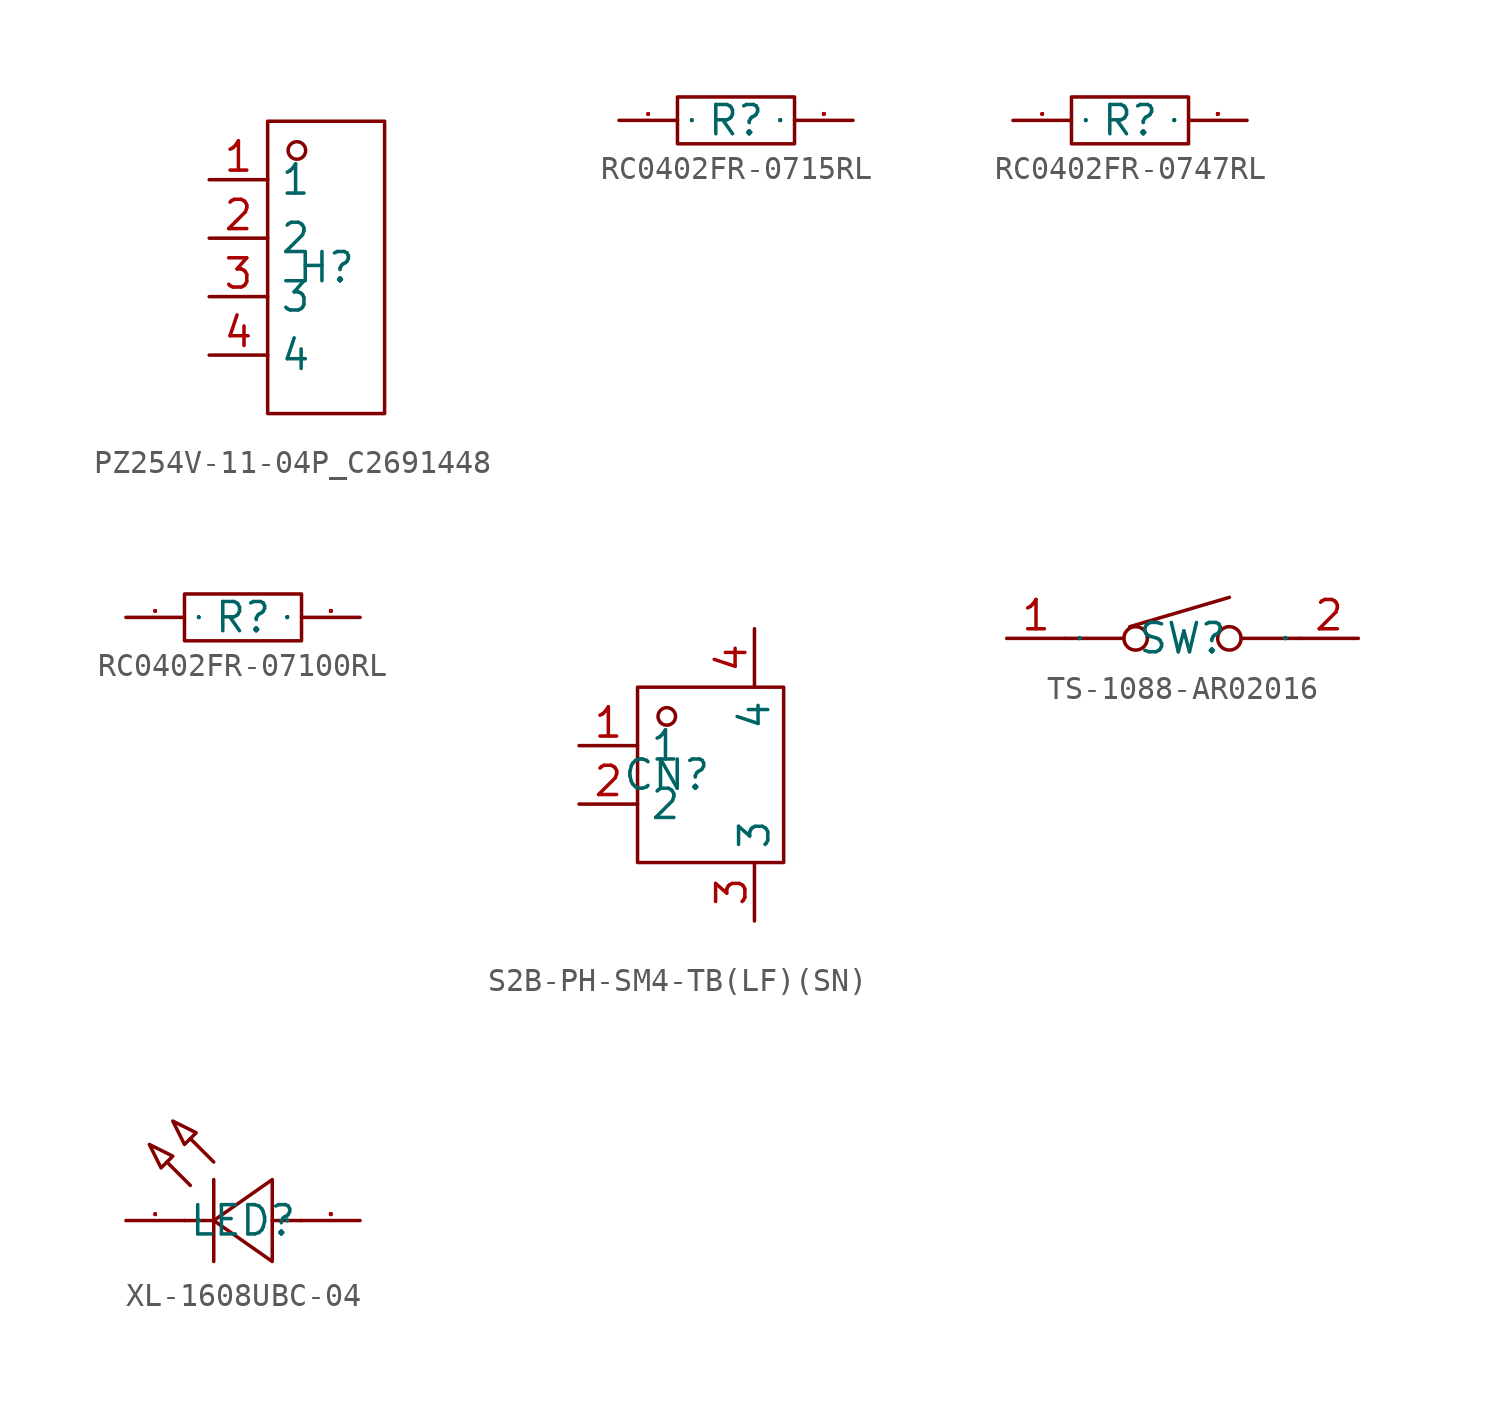
<source format=kicad_sym>
(kicad_symbol_lib
  (version 20231120)
  (generator "kicad_symbol_editor")
  (generator_version "8.0")
  (symbol "PZ254V-11-04P_C2691448"
    (property "Reference" "H"
      (at 0 0 0)
      (effects (font (size 1.27 1.27))))
    (property "Value" ""
      (at 0 0 0)
      (effects (font (size 1.27 1.27))))
    (symbol "PZ254V-11-04P_C2691448_1_0"
      (rectangle (start -2.54 -6.35) (end 2.54 6.35) (stroke (width 0) (type default)) (fill (type none)))
      (circle (center -1.27 5.08) (radius 0.381) (stroke (width 0) (type default)) (fill (type none)))
      (pin input line (at -5.08 3.81 0) (length 2.54) (name "1" (effects (font (size 1.27 1.27)))) (number "1" (effects (font (size 1.27 1.27)))))
      (pin input line (at -5.08 1.27 0) (length 2.54) (name "2" (effects (font (size 1.27 1.27)))) (number "2" (effects (font (size 1.27 1.27)))))
      (pin input line (at -5.08 -1.27 0) (length 2.54) (name "3" (effects (font (size 1.27 1.27)))) (number "3" (effects (font (size 1.27 1.27)))))
      (pin input line (at -5.08 -3.81 0) (length 2.54) (name "4" (effects (font (size 1.27 1.27)))) (number "4" (effects (font (size 1.27 1.27)))))))
  (symbol "RC0402FR-0715RL"
    (property "Reference" "R"
      (at 0 0 0)
      (effects (font (size 1.27 1.27))))
    (symbol "RC0402FR-0715RL_1_0"
      (rectangle (start -2.54 -1.016) (end 2.54 1.016) (stroke (width 0) (type default)) (fill (type none)))
      (pin input line (at -5.08 0 0) (length 2.54) (name "1" (effects (font (size 0.025 0.025)))) (number "1" (effects (font (size 0.025 0.025)))))
      (pin input line (at 5.08 0 180) (length 2.54) (name "2" (effects (font (size 0.025 0.025)))) (number "2" (effects (font (size 0.025 0.025)))))))
  (symbol "RC0402FR-0747RL"
    (property "Reference" "R"
      (at 0 0 0)
      (effects (font (size 1.27 1.27))))
    (symbol "RC0402FR-0747RL_1_0"
      (rectangle (start -2.54 -1.016) (end 2.54 1.016) (stroke (width 0) (type default)) (fill (type none)))
      (pin input line (at -5.08 0 0) (length 2.54) (name "1" (effects (font (size 0.025 0.025)))) (number "1" (effects (font (size 0.025 0.025)))))
      (pin input line (at 5.08 0 180) (length 2.54) (name "2" (effects (font (size 0.025 0.025)))) (number "2" (effects (font (size 0.025 0.025)))))))
  (symbol "RC0402FR-07100RL"
    (property "Reference" "R"
      (at 0 0 0)
      (effects (font (size 1.27 1.27))))
    (symbol "RC0402FR-07100RL_1_0"
      (rectangle (start -2.54 -1.016) (end 2.54 1.016) (stroke (width 0) (type default)) (fill (type none)))
      (pin input line (at -5.08 0 0) (length 2.54) (name "1" (effects (font (size 0.025 0.025)))) (number "1" (effects (font (size 0.025 0.025)))))
      (pin input line (at 5.08 0 180) (length 2.54) (name "2" (effects (font (size 0.025 0.025)))) (number "2" (effects (font (size 0.025 0.025)))))))
  (symbol "S2B-PH-SM4-TB(LF)(SN)"
    (property "Reference" "CN"
      (at 0 0 0)
      (effects (font (size 1.27 1.27))))
    (property "Value" ""
      (at 0 0 0)
      (effects (font (size 1.27 1.27))))
    (symbol "S2B-PH-SM4-TB(LF)(SN)_1_0"
      (rectangle (start -1.27 -3.81) (end 5.08 3.81) (stroke (width 0) (type default)) (fill (type none)))
      (circle (center 0 2.54) (radius 0.381) (stroke (width 0) (type default)) (fill (type none)))
      (pin unspecified line (at -3.81 1.27 0) (length 2.54) (name "1" (effects (font (size 1.27 1.27)))) (number "1" (effects (font (size 1.27 1.27)))))
      (pin unspecified line (at -3.81 -1.27 0) (length 2.54) (name "2" (effects (font (size 1.27 1.27)))) (number "2" (effects (font (size 1.27 1.27)))))
      (pin unspecified line (at 3.81 -6.35 90) (length 2.54) (name "3" (effects (font (size 1.27 1.27)))) (number "3" (effects (font (size 1.27 1.27)))))
      (pin unspecified line (at 3.81 6.35 270) (length 2.54) (name "4" (effects (font (size 1.27 1.27)))) (number "4" (effects (font (size 1.27 1.27)))))))
  (symbol "TS-1088-AR02016"
    (property "Reference" "SW"
      (at 0 0 0)
      (effects (font (size 1.27 1.27))))
    (property "Value" ""
      (at 0 0 0)
      (effects (font (size 1.27 1.27))))
    (symbol "TS-1088-AR02016_1_0"
      (circle (center -2.032 0) (radius 0.508) (stroke (width 0) (type default)) (fill (type none)))
      (polyline (pts (xy -5.08 0) (xy -2.54 0)) (stroke (width 0) (type default)) (fill (type none)))
      (polyline (pts (xy -2.286 0.508) (xy 2.032 1.778)) (stroke (width 0) (type default)) (fill (type none)))
      (polyline (pts (xy 5.08 0) (xy 2.54 0)) (stroke (width 0) (type default)) (fill (type none)))
      (circle (center 2.032 0) (radius 0.508) (stroke (width 0) (type default)) (fill (type none)))
      (pin input line (at -7.62 0 0) (length 2.54) (name "1" (effects (font (size 0.025 0.025)))) (number "1" (effects (font (size 1.27 1.27)))))
      (pin input line (at 7.62 0 180) (length 2.54) (name "2" (effects (font (size 0.025 0.025)))) (number "2" (effects (font (size 1.27 1.27)))))))
  (symbol "XL-1608UBC-04"
    (property "Reference" "LED"
      (at 0 0 0)
      (effects (font (size 1.27 1.27))))
    (property "Value" ""
      (at 0 0 0)
      (effects (font (size 1.27 1.27))))
    (symbol "XL-1608UBC-04_1_0"
      (polyline (pts (xy -2.286 1.524) (xy -3.302 2.54)) (stroke (width 0) (type default)) (fill (type none)))
      (polyline (pts (xy -1.27 0) (xy -2.54 0)) (stroke (width 0) (type default)) (fill (type none)))
      (polyline (pts (xy -1.27 1.778) (xy -1.27 -1.778)) (stroke (width 0) (type default)) (fill (type none)))
      (polyline (pts (xy -1.27 2.54) (xy -2.286 3.556)) (stroke (width 0) (type default)) (fill (type none)))
      (polyline (pts (xy 2.54 0) (xy 1.27 0)) (stroke (width 0) (type default)) (fill (type none)))
      (polyline (pts (xy -4.064 3.302) (xy -3.048 2.794) (xy -3.048 2.794) (xy -3.556 2.286) (xy -3.556 2.286) (xy -4.064 3.302)) (stroke (width 0) (type default)) (fill (type none)))
      (polyline (pts (xy -3.048 4.318) (xy -2.032 3.81) (xy -2.032 3.81) (xy -2.54 3.302) (xy -2.54 3.302) (xy -3.048 4.318)) (stroke (width 0) (type default)) (fill (type none)))
      (polyline (pts (xy 1.27 1.778) (xy -1.27 0) (xy -1.27 0) (xy 1.27 -1.778) (xy 1.27 -1.778) (xy 1.27 1.778)) (stroke (width 0) (type default)) (fill (type none)))
      (pin unspecified line (at -5.08 0 0) (length 2.54) (name "K" (effects (font (size 0.025 0.025)))) (number "1" (effects (font (size 0.025 0.025)))))
      (pin unspecified line (at 5.08 0 180) (length 2.54) (name "A" (effects (font (size 0.025 0.025)))) (number "2" (effects (font (size 0.025 0.025))))))))
</source>
